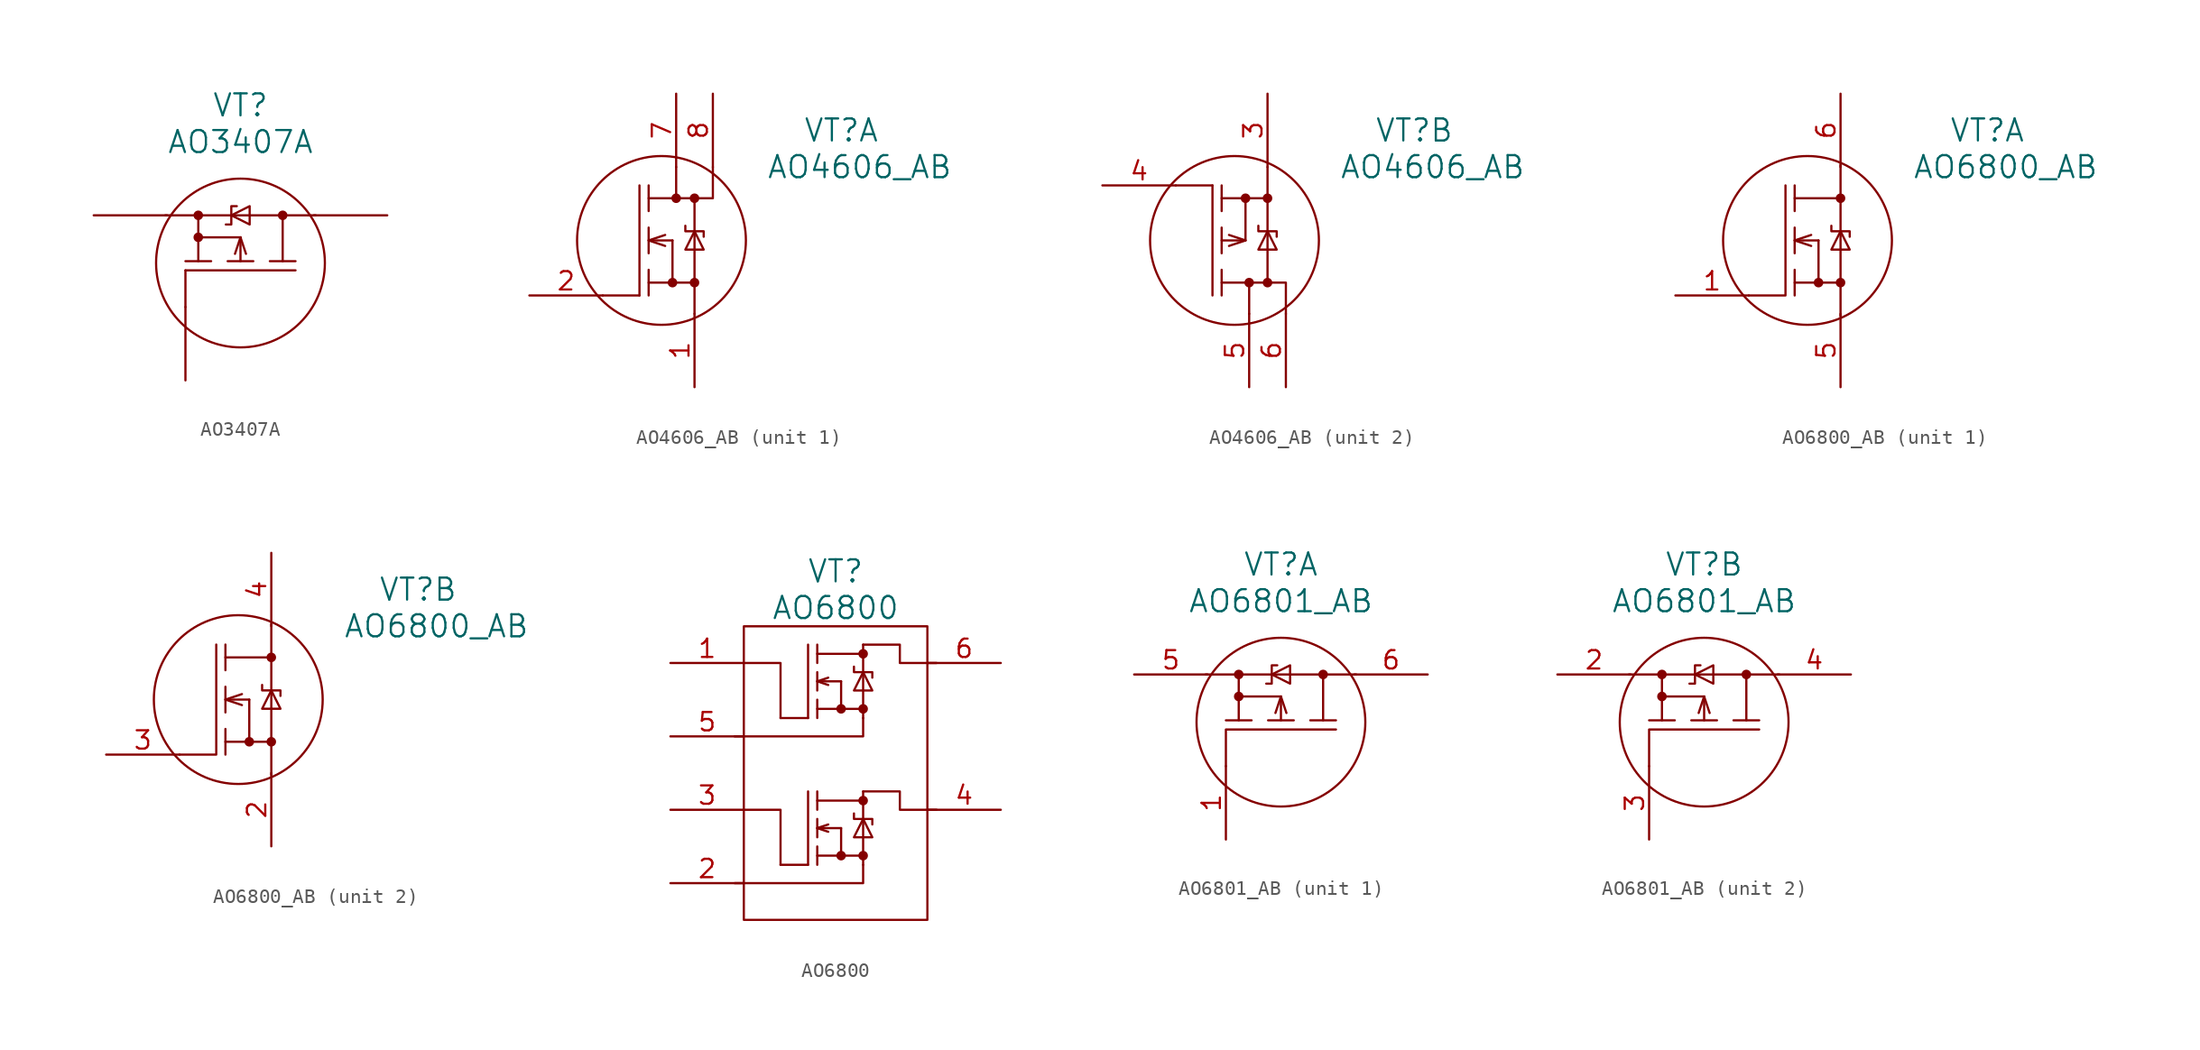
<source format=kicad_sym>
(kicad_symbol_lib
  (version 20220914)
  (generator kicad_symbol_editor)
  (symbol "AO3407A"
    (pin_numbers hide)
    (pin_names
      (offset 1.016) hide)
    (property "Reference" "VT"
      (at 0 10.16 0)
      (effects (font (size 1.524 1.524))))
    (property "Value" "AO3407A"
      (at 0 7.62 0)
      (effects (font (size 1.524 1.524))))
    (property "Datasheet" ""
      (at 3.81 -8.89 90)
      (effects (font (size 1.524 1.524))))
    (symbol "AO3407A_0_1"
      (circle (center 0 -0.762) (radius 5.842) (stroke (width 0) (type solid)) (fill (type none)))
      (polyline (pts (xy -5.207 2.54) (xy 5.207 2.54)) (stroke (width 0) (type solid)) (fill (type none)))
      (polyline (pts (xy -3.81 -1.27) (xy -3.81 -3.81)) (stroke (width 0) (type solid)) (fill (type none)))
      (polyline (pts (xy -2.921 -0.635) (xy -2.921 2.54)) (stroke (width 0) (type solid)) (fill (type none)))
      (polyline (pts (xy -0.889 -0.635) (xy 0.889 -0.635)) (stroke (width 0) (type solid)) (fill (type none)))
      (polyline (pts (xy 0 -0.635) (xy 0 1.016)) (stroke (width 0) (type solid)) (fill (type none)))
      (polyline (pts (xy 0 1.016) (xy -2.921 1.016)) (stroke (width 0) (type solid)) (fill (type none)))
      (polyline (pts (xy -3.81 -1.27) (xy 3.81 -1.27) (xy 3.81 -1.27)) (stroke (width 0) (type solid)) (fill (type none)))
      (polyline (pts (xy -3.81 -0.635) (xy -2.413 -0.635) (xy -2.032 -0.635)) (stroke (width 0) (type solid)) (fill (type none)))
      (polyline (pts (xy 0.381 -0.127) (xy 0 1.016) (xy -0.381 -0.127)) (stroke (width 0) (type solid)) (fill (type none)))
      (polyline (pts (xy 2.032 -0.635) (xy 3.175 -0.635) (xy 3.81 -0.635)) (stroke (width 0) (type solid)) (fill (type none)))
      (polyline (pts (xy 2.921 -0.635) (xy 2.921 2.54) (xy 2.921 2.54)) (stroke (width 0) (type solid)) (fill (type none)))
      (polyline (pts (xy -1.016 1.905) (xy -0.635 1.905) (xy -0.635 3.175) (xy -0.254 3.175)) (stroke (width 0) (type solid)) (fill (type none)))
      (polyline (pts (xy -0.635 2.54) (xy 0.635 1.905) (xy 0.635 3.175) (xy -0.635 2.54)) (stroke (width 0) (type solid)) (fill (type none))))
    (symbol "AO3407A_1_1"
      (circle (center -2.921 1.016) (radius 0.254) (stroke (width 0) (type solid)) (fill (type outline)))
      (circle (center -2.921 2.54) (radius 0.254) (stroke (width 0) (type solid)) (fill (type outline)))
      (circle (center 2.921 2.54) (radius 0.254) (stroke (width 0) (type solid)) (fill (type outline)))
      (pin passive line (at -3.81 -8.89 90) (length 5.08) (name "G" (effects (font (size 1.27 1.27)))) (number "1" (effects (font (size 1.27 1.27)))))
      (pin passive line (at -10.16 2.54 0) (length 5.08) (name "S" (effects (font (size 1.27 1.27)))) (number "2" (effects (font (size 1.27 1.27)))))
      (pin passive line (at 10.16 2.54 180) (length 5.08) (name "D" (effects (font (size 1.27 1.27)))) (number "3" (effects (font (size 1.27 1.27)))))))
  (symbol "AO4606_AB"
    (pin_names
      (offset 1.016) hide)
    (property "Reference" "VT"
      (at 12.7 7.62 0)
      (effects (font (size 1.524 1.524))))
    (property "Value" "AO4606_AB"
      (at 13.97 5.08 0)
      (effects (font (size 1.524 1.524))))
    (property "Datasheet" ""
      (at -8.89 3.81 0)
      (effects (font (size 1.524 1.524))))
    (property "ki_locked" ""
      (at 0 0 0)
      (effects (font (size 1.27 1.27))))
    (symbol "AO4606_AB_0_1"
      (polyline (pts (xy -1.27 -3.81) (xy -1.27 3.81)) (stroke (width 0) (type solid)) (fill (type none)))
      (polyline (pts (xy -0.635 0.889) (xy -0.635 -0.889)) (stroke (width 0) (type solid)) (fill (type none)))
      (polyline (pts (xy -0.635 2.921) (xy 2.54 2.921)) (stroke (width 0) (type solid)) (fill (type none)))
      (polyline (pts (xy 1.016 0) (xy -0.635 0)) (stroke (width 0) (type solid)) (fill (type none)))
      (polyline (pts (xy 2.54 2.921) (xy 2.54 -2.921)) (stroke (width 0) (type solid)) (fill (type none)))
      (polyline (pts (xy -0.635 -2.921) (xy 2.54 -2.921) (xy 2.54 -2.921)) (stroke (width 0) (type solid)) (fill (type none)))
      (polyline (pts (xy -0.635 -2.032) (xy -0.635 -3.175) (xy -0.635 -3.81)) (stroke (width 0) (type solid)) (fill (type none)))
      (polyline (pts (xy -0.635 3.81) (xy -0.635 2.413) (xy -0.635 2.032)) (stroke (width 0) (type solid)) (fill (type none)))
      (polyline (pts (xy 1.905 1.016) (xy 1.905 0.635) (xy 3.175 0.635) (xy 3.175 0.254)) (stroke (width 0) (type solid)) (fill (type none)))
      (polyline (pts (xy 2.54 0.635) (xy 1.905 -0.635) (xy 3.175 -0.635) (xy 2.54 0.635)) (stroke (width 0) (type solid)) (fill (type none)))
      (circle (center 0.254 0) (radius 5.842) (stroke (width 0) (type solid)) (fill (type none)))
      (circle (center 2.54 -2.921) (radius 0.254) (stroke (width 0) (type solid)) (fill (type outline)))
      (circle (center 2.54 2.921) (radius 0.254) (stroke (width 0) (type solid)) (fill (type outline))))
    (symbol "AO4606_AB_1_1"
      (polyline (pts (xy -1.27 -3.81) (xy -3.81 -3.81)) (stroke (width 0) (type solid)) (fill (type none)))
      (polyline (pts (xy 1.016 0) (xy 1.016 -2.921)) (stroke (width 0) (type solid)) (fill (type none)))
      (polyline (pts (xy 1.27 5.08) (xy 1.27 2.921)) (stroke (width 0) (type solid)) (fill (type none)))
      (polyline (pts (xy 2.54 -5.08) (xy 2.54 -2.921)) (stroke (width 0) (type solid)) (fill (type none)))
      (polyline (pts (xy 0.508 -0.381) (xy -0.635 0) (xy 0.508 0.381)) (stroke (width 0) (type solid)) (fill (type none)))
      (polyline (pts (xy 3.81 5.08) (xy 3.81 2.921) (xy 2.54 2.921)) (stroke (width 0) (type solid)) (fill (type none)))
      (circle (center 1.016 -2.921) (radius 0.254) (stroke (width 0) (type solid)) (fill (type outline)))
      (circle (center 1.27 2.921) (radius 0.254) (stroke (width 0) (type solid)) (fill (type outline)))
      (pin passive line (at 2.54 -10.16 90) (length 5.08) (name "S1" (effects (font (size 1.27 1.27)))) (number "1" (effects (font (size 1.27 1.27)))))
      (pin passive line (at -8.89 -3.81 0) (length 5.08) (name "G1" (effects (font (size 1.27 1.27)))) (number "2" (effects (font (size 1.27 1.27)))))
      (pin passive line (at 1.27 10.16 270) (length 5.08) (name "D1" (effects (font (size 1.27 1.27)))) (number "7" (effects (font (size 1.27 1.27)))))
      (pin passive line (at 3.81 10.16 270) (length 5.08) (name "D1" (effects (font (size 1.27 1.27)))) (number "8" (effects (font (size 1.27 1.27))))))
    (symbol "AO4606_AB_2_1"
      (polyline (pts (xy -1.27 3.81) (xy -3.81 3.81)) (stroke (width 0) (type solid)) (fill (type none)))
      (polyline (pts (xy 1.016 2.921) (xy 1.016 0)) (stroke (width 0) (type solid)) (fill (type none)))
      (polyline (pts (xy 1.27 -5.08) (xy 1.27 -2.921)) (stroke (width 0) (type solid)) (fill (type none)))
      (polyline (pts (xy 2.54 5.08) (xy 2.54 2.921)) (stroke (width 0) (type solid)) (fill (type none)))
      (polyline (pts (xy -0.127 0.381) (xy 1.016 0) (xy -0.127 -0.381)) (stroke (width 0) (type solid)) (fill (type none)))
      (polyline (pts (xy 3.81 -5.08) (xy 3.81 -2.921) (xy 2.54 -2.921)) (stroke (width 0) (type solid)) (fill (type none)))
      (circle (center 1.016 2.921) (radius 0.254) (stroke (width 0) (type solid)) (fill (type outline)))
      (circle (center 1.27 -2.921) (radius 0.254) (stroke (width 0) (type solid)) (fill (type outline)))
      (pin passive line (at 2.54 10.16 270) (length 5.08) (name "S2" (effects (font (size 1.27 1.27)))) (number "3" (effects (font (size 1.27 1.27)))))
      (pin passive line (at -8.89 3.81 0) (length 5.08) (name "G2" (effects (font (size 1.27 1.27)))) (number "4" (effects (font (size 1.27 1.27)))))
      (pin passive line (at 1.27 -10.16 90) (length 5.08) (name "D2" (effects (font (size 1.27 1.27)))) (number "5" (effects (font (size 1.27 1.27)))))
      (pin passive line (at 3.81 -10.16 90) (length 5.08) (name "D2" (effects (font (size 1.27 1.27)))) (number "6" (effects (font (size 1.27 1.27)))))))
  (symbol "AO6800_AB"
    (pin_names
      (offset 1.016) hide)
    (property "Reference" "VT"
      (at 12.7 7.62 0)
      (effects (font (size 1.524 1.524))))
    (property "Value" "AO6800_AB"
      (at 13.97 5.08 0)
      (effects (font (size 1.524 1.524))))
    (property "Datasheet" ""
      (at -8.89 -3.81 0)
      (effects (font (size 1.524 1.524))))
    (property "ki_locked" ""
      (at 0 0 0)
      (effects (font (size 1.27 1.27))))
    (symbol "AO6800_AB_0_1"
      (polyline (pts (xy -0.635 -2.032) (xy -0.635 -3.81)) (stroke (width 0) (type solid)) (fill (type none)))
      (polyline (pts (xy -0.635 0.889) (xy -0.635 -0.889)) (stroke (width 0) (type solid)) (fill (type none)))
      (polyline (pts (xy -0.635 2.921) (xy 2.54 2.921)) (stroke (width 0) (type solid)) (fill (type none)))
      (polyline (pts (xy -0.635 3.81) (xy -0.635 2.032)) (stroke (width 0) (type solid)) (fill (type none)))
      (polyline (pts (xy 1.016 0) (xy -0.635 0)) (stroke (width 0) (type solid)) (fill (type none)))
      (polyline (pts (xy 2.54 5.207) (xy 2.54 -5.207)) (stroke (width 0) (type solid)) (fill (type none)))
      (polyline (pts (xy -1.27 3.81) (xy -1.27 -3.81) (xy -3.81 -3.81)) (stroke (width 0) (type default)) (fill (type none)))
      (polyline (pts (xy -0.635 -2.921) (xy 2.54 -2.921) (xy 2.54 -2.921)) (stroke (width 0) (type solid)) (fill (type none)))
      (polyline (pts (xy 1.905 1.016) (xy 1.905 0.635) (xy 3.175 0.635) (xy 3.175 0.254)) (stroke (width 0) (type solid)) (fill (type none)))
      (polyline (pts (xy 2.54 0.635) (xy 1.905 -0.635) (xy 3.175 -0.635) (xy 2.54 0.635)) (stroke (width 0) (type solid)) (fill (type none)))
      (circle (center 0.254 0) (radius 5.842) (stroke (width 0) (type solid)) (fill (type none)))
      (circle (center 1.016 -2.921) (radius 0.254) (stroke (width 0) (type solid)) (fill (type outline)))
      (circle (center 2.54 -2.921) (radius 0.254) (stroke (width 0) (type solid)) (fill (type outline)))
      (circle (center 2.54 2.921) (radius 0.254) (stroke (width 0) (type solid)) (fill (type outline))))
    (symbol "AO6800_AB_1_1"
      (polyline (pts (xy 1.016 0) (xy 1.016 -2.921)) (stroke (width 0) (type solid)) (fill (type none)))
      (polyline (pts (xy 0.508 -0.381) (xy -0.635 0) (xy 0.508 0.381)) (stroke (width 0) (type solid)) (fill (type none)))
      (pin passive line (at -8.89 -3.81 0) (length 5.08) (name "G1" (effects (font (size 1.27 1.27)))) (number "1" (effects (font (size 1.27 1.27)))))
      (pin passive line (at 2.54 -10.16 90) (length 5.08) (name "S1" (effects (font (size 1.27 1.27)))) (number "5" (effects (font (size 1.27 1.27)))))
      (pin passive line (at 2.54 10.16 270) (length 5.08) (name "D1" (effects (font (size 1.27 1.27)))) (number "6" (effects (font (size 1.27 1.27))))))
    (symbol "AO6800_AB_2_1"
      (polyline (pts (xy 1.016 0) (xy 1.016 -2.921)) (stroke (width 0) (type solid)) (fill (type none)))
      (polyline (pts (xy 0.508 0.381) (xy -0.635 0) (xy 0.508 -0.381)) (stroke (width 0) (type solid)) (fill (type none)))
      (pin passive line (at 2.54 -10.16 90) (length 5.08) (name "S2" (effects (font (size 1.27 1.27)))) (number "2" (effects (font (size 1.27 1.27)))))
      (pin passive line (at -8.89 -3.81 0) (length 5.08) (name "G2" (effects (font (size 1.27 1.27)))) (number "3" (effects (font (size 1.27 1.27)))))
      (pin passive line (at 2.54 10.16 270) (length 5.08) (name "D2" (effects (font (size 1.27 1.27)))) (number "4" (effects (font (size 1.27 1.27)))))))
  (symbol "AO6800"
    (pin_names
      (offset 1.016) hide)
    (property "Reference" "VT"
      (at 0 13.97 0)
      (effects (font (size 1.524 1.524))))
    (property "Value" "AO6800"
      (at 0 11.43 0)
      (effects (font (size 1.524 1.524))))
    (property "Datasheet" ""
      (at -11.43 7.62 0)
      (effects (font (size 1.524 1.524))))
    (symbol "AO6800_0_0"
      (rectangle (start -6.35 10.16) (end 6.35 -10.16) (stroke (width 0) (type solid)) (fill (type none)))
      (polyline (pts (xy -1.27 -1.905) (xy 1.905 -1.905)) (stroke (width 0) (type solid)) (fill (type none)))
      (polyline (pts (xy -1.27 8.255) (xy 1.905 8.255)) (stroke (width 0) (type solid)) (fill (type none)))
      (polyline (pts (xy 0.381 -3.81) (xy -1.27 -3.81)) (stroke (width 0) (type solid)) (fill (type none)))
      (polyline (pts (xy 0.381 -3.81) (xy 0.381 -5.715)) (stroke (width 0) (type solid)) (fill (type none)))
      (polyline (pts (xy 0.381 6.35) (xy -1.27 6.35)) (stroke (width 0) (type solid)) (fill (type none)))
      (polyline (pts (xy 0.381 6.35) (xy 0.381 4.445)) (stroke (width 0) (type solid)) (fill (type none)))
      (polyline (pts (xy 1.905 -1.27) (xy 1.905 -6.35)) (stroke (width 0) (type solid)) (fill (type none)))
      (polyline (pts (xy 1.905 8.89) (xy 1.905 3.81)) (stroke (width 0) (type solid)) (fill (type none)))
      (polyline (pts (xy -1.905 -6.35) (xy -1.905 -1.27) (xy -1.905 -1.27)) (stroke (width 0) (type solid)) (fill (type none)))
      (polyline (pts (xy -1.905 3.81) (xy -1.905 8.89) (xy -1.905 8.89)) (stroke (width 0) (type solid)) (fill (type none)))
      (polyline (pts (xy -1.27 -5.715) (xy 1.905 -5.715) (xy 1.905 -5.715)) (stroke (width 0) (type solid)) (fill (type none)))
      (polyline (pts (xy -1.27 -5.08) (xy -1.27 -6.35) (xy -1.27 -6.35)) (stroke (width 0) (type solid)) (fill (type none)))
      (polyline (pts (xy -1.27 -3.175) (xy -1.27 -4.445) (xy -1.27 -4.445)) (stroke (width 0) (type solid)) (fill (type none)))
      (polyline (pts (xy -1.27 -1.27) (xy -1.27 -2.54) (xy -1.27 -2.54)) (stroke (width 0) (type solid)) (fill (type none)))
      (polyline (pts (xy -1.27 4.445) (xy 1.905 4.445) (xy 1.905 4.445)) (stroke (width 0) (type solid)) (fill (type none)))
      (polyline (pts (xy -1.27 5.08) (xy -1.27 3.81) (xy -1.27 3.81)) (stroke (width 0) (type solid)) (fill (type none)))
      (polyline (pts (xy -1.27 6.985) (xy -1.27 5.715) (xy -1.27 5.715)) (stroke (width 0) (type solid)) (fill (type none)))
      (polyline (pts (xy -1.27 8.89) (xy -1.27 7.62) (xy -1.27 7.62)) (stroke (width 0) (type solid)) (fill (type none)))
      (polyline (pts (xy -0.508 -4.064) (xy -1.27 -3.81) (xy -0.508 -3.556)) (stroke (width 0) (type solid)) (fill (type none)))
      (polyline (pts (xy -0.508 6.096) (xy -1.27 6.35) (xy -0.508 6.604)) (stroke (width 0) (type solid)) (fill (type none)))
      (polyline (pts (xy -3.81 -6.35) (xy -3.175 -6.35) (xy -1.905 -6.35) (xy -1.905 -6.35)) (stroke (width 0) (type solid)) (fill (type none)))
      (polyline (pts (xy -3.81 3.81) (xy -3.175 3.81) (xy -1.905 3.81) (xy -1.905 3.81)) (stroke (width 0) (type solid)) (fill (type none)))
      (polyline (pts (xy 1.27 -2.794) (xy 1.27 -3.175) (xy 2.54 -3.175) (xy 2.54 -3.556)) (stroke (width 0) (type solid)) (fill (type none)))
      (polyline (pts (xy 1.27 7.366) (xy 1.27 6.985) (xy 2.54 6.985) (xy 2.54 6.604)) (stroke (width 0) (type solid)) (fill (type none)))
      (polyline (pts (xy 1.905 -3.175) (xy 1.27 -4.445) (xy 2.54 -4.445) (xy 1.905 -3.175)) (stroke (width 0) (type solid)) (fill (type none)))
      (polyline (pts (xy 1.905 -1.27) (xy 4.445 -1.27) (xy 4.445 -2.54) (xy 6.985 -2.54)) (stroke (width 0) (type solid)) (fill (type none)))
      (polyline (pts (xy 1.905 6.985) (xy 1.27 5.715) (xy 2.54 5.715) (xy 1.905 6.985)) (stroke (width 0) (type solid)) (fill (type none)))
      (polyline (pts (xy 1.905 8.89) (xy 4.445 8.89) (xy 4.445 7.62) (xy 6.985 7.62)) (stroke (width 0) (type solid)) (fill (type none)))
      (polyline (pts (xy -6.35 -2.54) (xy -3.81 -2.54) (xy -3.81 -6.35) (xy -3.81 -5.08) (xy -3.81 -6.35)) (stroke (width 0) (type solid)) (fill (type none)))
      (polyline (pts (xy -6.35 7.62) (xy -3.81 7.62) (xy -3.81 3.81) (xy -3.81 5.08) (xy -3.81 3.81)) (stroke (width 0) (type solid)) (fill (type none)))
      (pin passive line (at -11.43 -7.62 0) (length 5.08) (name "S2" (effects (font (size 1.27 1.27)))) (number "2" (effects (font (size 1.27 1.27)))))
      (pin passive line (at -11.43 -2.54 0) (length 5.08) (name "G2" (effects (font (size 1.27 1.27)))) (number "3" (effects (font (size 1.27 1.27)))))
      (pin passive line (at 11.43 -2.54 180) (length 5.08) (name "D2" (effects (font (size 1.27 1.27)))) (number "4" (effects (font (size 1.27 1.27)))))
      (pin passive line (at -11.43 2.54 0) (length 5.08) (name "S1" (effects (font (size 1.27 1.27)))) (number "5" (effects (font (size 1.27 1.27)))))
      (pin passive line (at 11.43 7.62 180) (length 5.08) (name "D1" (effects (font (size 1.27 1.27)))) (number "6" (effects (font (size 1.27 1.27))))))
    (symbol "AO6800_0_1"
      (polyline (pts (xy 1.905 -6.35) (xy 1.905 -7.62) (xy -6.985 -7.62)) (stroke (width 0) (type solid)) (fill (type none)))
      (polyline (pts (xy 1.905 3.81) (xy 1.905 2.54) (xy -6.985 2.54)) (stroke (width 0) (type solid)) (fill (type none)))
      (circle (center 0.381 -5.715) (radius 0.254) (stroke (width 0) (type solid)) (fill (type outline)))
      (circle (center 0.381 4.445) (radius 0.254) (stroke (width 0) (type solid)) (fill (type outline)))
      (circle (center 1.905 -5.715) (radius 0.254) (stroke (width 0) (type solid)) (fill (type outline)))
      (circle (center 1.905 -1.905) (radius 0.254) (stroke (width 0) (type solid)) (fill (type outline)))
      (circle (center 1.905 4.445) (radius 0.254) (stroke (width 0) (type solid)) (fill (type outline)))
      (circle (center 1.905 8.255) (radius 0.254) (stroke (width 0) (type solid)) (fill (type outline))))
    (symbol "AO6800_1_0"
      (pin passive line (at -11.43 7.62 0) (length 5.08) (name "G1" (effects (font (size 1.27 1.27)))) (number "1" (effects (font (size 1.27 1.27)))))))
  (symbol "AO6801_AB"
    (pin_names
      (offset 1.016) hide)
    (property "Reference" "VT"
      (at 0 10.16 0)
      (effects (font (size 1.524 1.524))))
    (property "Value" "AO6801_AB"
      (at 0 7.62 0)
      (effects (font (size 1.524 1.524))))
    (property "Datasheet" ""
      (at -3.81 -8.89 90)
      (effects (font (size 1.524 1.524))))
    (property "ki_locked" ""
      (at 0 0 0)
      (effects (font (size 1.27 1.27))))
    (symbol "AO6801_AB_0_1"
      (circle (center -2.921 1.016) (radius 0.254) (stroke (width 0) (type solid)) (fill (type outline)))
      (circle (center -2.921 2.54) (radius 0.254) (stroke (width 0) (type solid)) (fill (type outline)))
      (circle (center 0 -0.762) (radius 5.842) (stroke (width 0) (type solid)) (fill (type none)))
      (polyline (pts (xy -5.207 2.54) (xy 5.207 2.54)) (stroke (width 0) (type solid)) (fill (type none)))
      (polyline (pts (xy -3.81 -0.635) (xy -2.032 -0.635)) (stroke (width 0) (type solid)) (fill (type none)))
      (polyline (pts (xy -2.921 -0.635) (xy -2.921 2.54)) (stroke (width 0) (type solid)) (fill (type none)))
      (polyline (pts (xy -0.889 -0.635) (xy 0.889 -0.635)) (stroke (width 0) (type solid)) (fill (type none)))
      (polyline (pts (xy 0 -0.635) (xy 0 1.016)) (stroke (width 0) (type solid)) (fill (type none)))
      (polyline (pts (xy 0 1.016) (xy -2.921 1.016)) (stroke (width 0) (type solid)) (fill (type none)))
      (polyline (pts (xy 2.032 -0.635) (xy 3.81 -0.635)) (stroke (width 0) (type solid)) (fill (type none)))
      (polyline (pts (xy 0.381 -0.127) (xy 0 1.016) (xy -0.381 -0.127)) (stroke (width 0) (type solid)) (fill (type none)))
      (polyline (pts (xy 2.921 -0.635) (xy 2.921 2.54) (xy 2.921 2.54)) (stroke (width 0) (type solid)) (fill (type none)))
      (polyline (pts (xy 3.81 -1.27) (xy -3.81 -1.27) (xy -3.81 -3.81)) (stroke (width 0) (type default)) (fill (type none)))
      (polyline (pts (xy -1.016 1.905) (xy -0.635 1.905) (xy -0.635 3.175) (xy -0.254 3.175)) (stroke (width 0) (type solid)) (fill (type none)))
      (polyline (pts (xy -0.635 2.54) (xy 0.635 1.905) (xy 0.635 3.175) (xy -0.635 2.54)) (stroke (width 0) (type solid)) (fill (type none)))
      (circle (center 2.921 2.54) (radius 0.254) (stroke (width 0) (type solid)) (fill (type outline))))
    (symbol "AO6801_AB_1_1"
      (pin passive line (at -3.81 -8.89 90) (length 5.08) (name "G1" (effects (font (size 1.27 1.27)))) (number "1" (effects (font (size 1.27 1.27)))))
      (pin passive line (at -10.16 2.54 0) (length 5.08) (name "S1" (effects (font (size 1.27 1.27)))) (number "5" (effects (font (size 1.27 1.27)))))
      (pin passive line (at 10.16 2.54 180) (length 5.08) (name "D1" (effects (font (size 1.27 1.27)))) (number "6" (effects (font (size 1.27 1.27))))))
    (symbol "AO6801_AB_2_1"
      (pin passive line (at -10.16 2.54 0) (length 5.08) (name "S2" (effects (font (size 1.27 1.27)))) (number "2" (effects (font (size 1.27 1.27)))))
      (pin passive line (at -3.81 -8.89 90) (length 5.08) (name "G2" (effects (font (size 1.27 1.27)))) (number "3" (effects (font (size 1.27 1.27)))))
      (pin passive line (at 10.16 2.54 180) (length 5.08) (name "D2" (effects (font (size 1.27 1.27)))) (number "4" (effects (font (size 1.27 1.27))))))))
</source>
